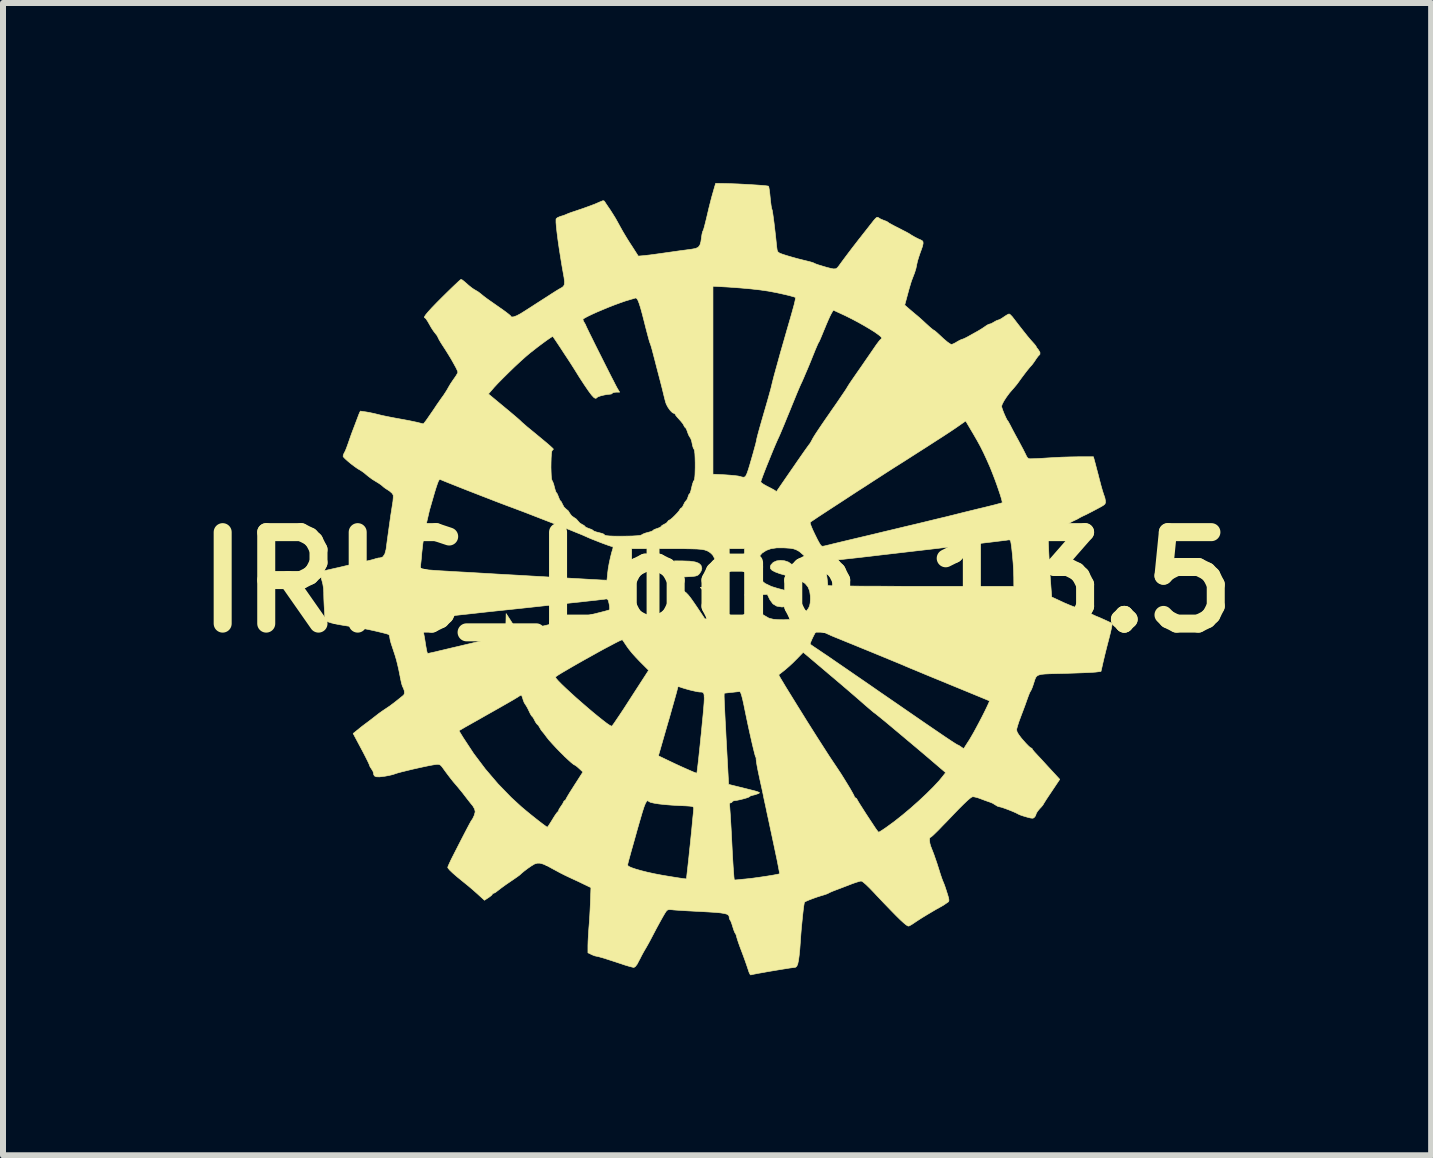
<source format=kicad_pcb>
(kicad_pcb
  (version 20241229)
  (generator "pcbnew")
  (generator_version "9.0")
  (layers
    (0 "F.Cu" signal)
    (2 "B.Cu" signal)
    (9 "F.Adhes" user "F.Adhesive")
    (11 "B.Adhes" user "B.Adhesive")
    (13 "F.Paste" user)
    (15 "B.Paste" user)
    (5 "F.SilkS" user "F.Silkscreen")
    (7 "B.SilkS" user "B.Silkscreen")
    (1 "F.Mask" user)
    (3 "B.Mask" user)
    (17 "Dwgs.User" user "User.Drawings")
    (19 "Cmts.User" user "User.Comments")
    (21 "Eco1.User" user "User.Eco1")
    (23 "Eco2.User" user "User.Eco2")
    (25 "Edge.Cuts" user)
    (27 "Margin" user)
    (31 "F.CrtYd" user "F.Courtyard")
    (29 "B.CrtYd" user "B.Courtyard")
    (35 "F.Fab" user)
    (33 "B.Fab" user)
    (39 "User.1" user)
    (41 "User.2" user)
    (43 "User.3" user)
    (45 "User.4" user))
  (footprint "IRIS_Logo_13.5"
    (layer "F.Cu")
    (at 8.897 6.651)
    (property "Reference" "IRIS_Logo_13.5" (at 0 0 0) (layer "F.SilkS") (effects (font (size 1.524 1.524) (thickness 0.3))))
    (attr through_hole)
    (fp_poly (pts (xy -0.572 -0.355) (xy -0.453 -0.351) (xy -0.365 -0.338) (xy -0.304 -0.316) (xy -0.268 -0.283) (xy -0.254 -0.238) (xy -0.254 -0.226) (xy -0.265 -0.187) (xy -0.291 -0.145) (xy -0.292 -0.144) (xy -0.311 -0.124) (xy -0.333 -0.111) (xy -0.364 -0.102) (xy -0.412 -0.096) (xy -0.484 -0.092) (xy -0.521 -0.09) (xy -0.711 -0.08) (xy -0.711 -0.356) (xy -0.572 -0.355)) (stroke (width 0.01) (type solid)) (fill yes) (layer "F.SilkS"))
    (fp_poly (pts (xy 0.145 -6.643) (xy 0.246 -6.64) (xy 0.354 -6.636) (xy 0.464 -6.63) (xy 0.57 -6.624) (xy 0.667 -6.618) (xy 0.75 -6.612) (xy 0.813 -6.606) (xy 0.85 -6.601) (xy 0.858 -6.598) (xy 0.864 -6.578) (xy 0.872 -6.531) (xy 0.88 -6.465) (xy 0.886 -6.405) (xy 0.894 -6.33) (xy 0.902 -6.269) (xy 0.91 -6.228) (xy 0.914 -6.215) (xy 0.92 -6.196) (xy 0.928 -6.148) (xy 0.938 -6.077) (xy 0.95 -5.987) (xy 0.962 -5.884) (xy 0.975 -5.772) (xy 0.987 -5.657) (xy 0.995 -5.582) (xy 1.002 -5.531) (xy 1.016 -5.502) (xy 1.044 -5.483) (xy 1.056 -5.478) (xy 1.103 -5.461) (xy 1.173 -5.439) (xy 1.259 -5.414) (xy 1.35 -5.389) (xy 1.437 -5.367) (xy 1.507 -5.35) (xy 1.562 -5.336) (xy 1.603 -5.323) (xy 1.618 -5.316) (xy 1.643 -5.304) (xy 1.692 -5.287) (xy 1.755 -5.268) (xy 1.822 -5.248) (xy 1.884 -5.232) (xy 1.932 -5.222) (xy 1.939 -5.221) (xy 1.975 -5.222) (xy 2.004 -5.239) (xy 2.032 -5.274) (xy 2.071 -5.328) (xy 2.125 -5.401) (xy 2.188 -5.485) (xy 2.254 -5.572) (xy 2.317 -5.653) (xy 2.37 -5.722) (xy 2.388 -5.744) (xy 2.434 -5.803) (xy 2.491 -5.875) (xy 2.548 -5.948) (xy 2.564 -5.968) (xy 2.61 -6.027) (xy 2.642 -6.063) (xy 2.664 -6.08) (xy 2.68 -6.08) (xy 2.691 -6.073) (xy 2.725 -6.052) (xy 2.773 -6.032) (xy 2.78 -6.029) (xy 2.822 -6.014) (xy 2.846 -6) (xy 2.848 -5.998) (xy 2.864 -5.986) (xy 2.905 -5.963) (xy 2.963 -5.932) (xy 3.023 -5.902) (xy 3.092 -5.866) (xy 3.151 -5.836) (xy 3.193 -5.813) (xy 3.209 -5.803) (xy 3.243 -5.781) (xy 3.295 -5.751) (xy 3.35 -5.723) (xy 3.391 -5.705) (xy 3.418 -5.691) (xy 3.432 -5.672) (xy 3.433 -5.641) (xy 3.422 -5.593) (xy 3.397 -5.522) (xy 3.387 -5.496) (xy 3.362 -5.422) (xy 3.34 -5.35) (xy 3.327 -5.292) (xy 3.326 -5.284) (xy 3.313 -5.224) (xy 3.291 -5.153) (xy 3.274 -5.11) (xy 3.256 -5.063) (xy 3.238 -5.015) (xy 3.221 -4.959) (xy 3.2 -4.888) (xy 3.175 -4.796) (xy 3.154 -4.718) (xy 3.127 -4.618) (xy 3.197 -4.557) (xy 3.252 -4.51) (xy 3.309 -4.462) (xy 3.33 -4.445) (xy 3.373 -4.408) (xy 3.429 -4.358) (xy 3.487 -4.304) (xy 3.495 -4.297) (xy 3.544 -4.252) (xy 3.584 -4.219) (xy 3.608 -4.201) (xy 3.611 -4.2) (xy 3.629 -4.189) (xy 3.663 -4.16) (xy 3.698 -4.128) (xy 3.775 -4.056) (xy 3.838 -4.003) (xy 3.884 -3.971) (xy 3.907 -3.962) (xy 3.934 -3.971) (xy 3.976 -3.992) (xy 3.996 -4.005) (xy 4.041 -4.03) (xy 4.076 -4.046) (xy 4.085 -4.048) (xy 4.11 -4.057) (xy 4.154 -4.078) (xy 4.191 -4.098) (xy 4.253 -4.133) (xy 4.316 -4.168) (xy 4.343 -4.183) (xy 4.4 -4.217) (xy 4.455 -4.253) (xy 4.465 -4.261) (xy 4.505 -4.287) (xy 4.536 -4.301) (xy 4.541 -4.301) (xy 4.57 -4.31) (xy 4.609 -4.332) (xy 4.614 -4.335) (xy 4.654 -4.358) (xy 4.684 -4.369) (xy 4.686 -4.369) (xy 4.712 -4.378) (xy 4.752 -4.402) (xy 4.778 -4.42) (xy 4.822 -4.449) (xy 4.856 -4.467) (xy 4.867 -4.47) (xy 4.887 -4.457) (xy 4.918 -4.425) (xy 4.933 -4.406) (xy 5.019 -4.294) (xy 5.099 -4.192) (xy 5.169 -4.104) (xy 5.225 -4.037) (xy 5.254 -4.005) (xy 5.289 -3.966) (xy 5.312 -3.937) (xy 5.317 -3.927) (xy 5.327 -3.908) (xy 5.351 -3.878) (xy 5.38 -3.832) (xy 5.38 -3.798) (xy 5.367 -3.784) (xy 5.348 -3.764) (xy 5.32 -3.726) (xy 5.307 -3.706) (xy 5.275 -3.659) (xy 5.245 -3.619) (xy 5.236 -3.61) (xy 5.206 -3.576) (xy 5.162 -3.522) (xy 5.114 -3.459) (xy 5.066 -3.395) (xy 5.029 -3.343) (xy 4.992 -3.293) (xy 4.945 -3.237) (xy 4.922 -3.211) (xy 4.871 -3.152) (xy 4.823 -3.087) (xy 4.782 -3.024) (xy 4.753 -2.97) (xy 4.741 -2.933) (xy 4.741 -2.931) (xy 4.748 -2.902) (xy 4.765 -2.854) (xy 4.787 -2.799) (xy 4.811 -2.746) (xy 4.831 -2.706) (xy 4.841 -2.692) (xy 4.855 -2.673) (xy 4.875 -2.635) (xy 4.881 -2.625) (xy 4.9 -2.588) (xy 4.931 -2.528) (xy 4.97 -2.455) (xy 5.014 -2.375) (xy 5.021 -2.362) (xy 5.063 -2.283) (xy 5.101 -2.212) (xy 5.13 -2.154) (xy 5.148 -2.118) (xy 5.149 -2.114) (xy 5.17 -2.077) (xy 5.192 -2.059) (xy 5.216 -2.057) (xy 5.268 -2.058) (xy 5.342 -2.061) (xy 5.43 -2.066) (xy 5.491 -2.07) (xy 5.612 -2.077) (xy 5.747 -2.084) (xy 5.881 -2.088) (xy 6 -2.09) (xy 6.019 -2.091) (xy 6.271 -2.091) (xy 6.294 -2.007) (xy 6.307 -1.958) (xy 6.326 -1.885) (xy 6.349 -1.799) (xy 6.372 -1.708) (xy 6.375 -1.698) (xy 6.397 -1.613) (xy 6.418 -1.539) (xy 6.436 -1.481) (xy 6.447 -1.448) (xy 6.449 -1.444) (xy 6.462 -1.406) (xy 6.471 -1.358) (xy 6.472 -1.325) (xy 6.461 -1.301) (xy 6.432 -1.278) (xy 6.392 -1.255) (xy 6.312 -1.212) (xy 6.228 -1.168) (xy 6.152 -1.129) (xy 6.096 -1.103) (xy 6.054 -1.082) (xy 6.028 -1.067) (xy 5.993 -1.047) (xy 5.961 -1.033) (xy 5.92 -1.013) (xy 5.868 -0.984) (xy 5.85 -0.974) (xy 5.803 -0.946) (xy 5.738 -0.909) (xy 5.667 -0.87) (xy 5.649 -0.861) (xy 5.515 -0.789) (xy 5.526 -0.526) (xy 5.532 -0.406) (xy 5.54 -0.27) (xy 5.548 -0.134) (xy 5.556 -0.015) (xy 5.557 -0.008) (xy 5.576 0.246) (xy 5.654 0.282) (xy 5.787 0.344) (xy 5.896 0.39) (xy 5.988 0.425) (xy 6.01 0.432) (xy 6.074 0.455) (xy 6.15 0.488) (xy 6.217 0.519) (xy 6.273 0.546) (xy 6.316 0.566) (xy 6.339 0.575) (xy 6.34 0.576) (xy 6.357 0.582) (xy 6.396 0.599) (xy 6.447 0.622) (xy 6.5 0.646) (xy 6.547 0.668) (xy 6.578 0.683) (xy 6.584 0.686) (xy 6.583 0.704) (xy 6.575 0.747) (xy 6.562 0.808) (xy 6.545 0.88) (xy 6.526 0.955) (xy 6.512 1.008) (xy 6.49 1.093) (xy 6.462 1.206) (xy 6.43 1.341) (xy 6.415 1.408) (xy 6.397 1.486) (xy 6.31 1.497) (xy 6.269 1.5) (xy 6.2 1.504) (xy 6.109 1.508) (xy 6.001 1.512) (xy 5.882 1.516) (xy 5.786 1.519) (xy 5.649 1.522) (xy 5.542 1.525) (xy 5.461 1.529) (xy 5.402 1.535) (xy 5.36 1.546) (xy 5.331 1.562) (xy 5.312 1.584) (xy 5.298 1.615) (xy 5.285 1.655) (xy 5.273 1.693) (xy 5.254 1.749) (xy 5.236 1.793) (xy 5.226 1.81) (xy 5.211 1.836) (xy 5.191 1.885) (xy 5.168 1.948) (xy 5.163 1.962) (xy 5.136 2.039) (xy 5.102 2.13) (xy 5.067 2.222) (xy 5.056 2.252) (xy 5.029 2.325) (xy 5.008 2.391) (xy 4.994 2.441) (xy 4.992 2.459) (xy 4.999 2.493) (xy 5.025 2.538) (xy 5.073 2.601) (xy 5.099 2.631) (xy 5.147 2.685) (xy 5.189 2.728) (xy 5.218 2.754) (xy 5.228 2.759) (xy 5.248 2.769) (xy 5.249 2.774) (xy 5.26 2.793) (xy 5.288 2.827) (xy 5.313 2.854) (xy 5.348 2.892) (xy 5.4 2.947) (xy 5.461 3.014) (xy 5.527 3.086) (xy 5.543 3.103) (xy 5.71 3.284) (xy 5.573 3.489) (xy 5.524 3.562) (xy 5.483 3.624) (xy 5.453 3.672) (xy 5.437 3.698) (xy 5.436 3.702) (xy 5.425 3.718) (xy 5.398 3.75) (xy 5.376 3.773) (xy 5.342 3.814) (xy 5.321 3.847) (xy 5.317 3.859) (xy 5.306 3.891) (xy 5.291 3.912) (xy 5.275 3.927) (xy 5.255 3.932) (xy 5.222 3.928) (xy 5.167 3.914) (xy 5.16 3.912) (xy 5.099 3.894) (xy 5.047 3.876) (xy 5.021 3.864) (xy 4.981 3.843) (xy 4.924 3.818) (xy 4.859 3.792) (xy 4.795 3.768) (xy 4.742 3.75) (xy 4.71 3.742) (xy 4.707 3.742) (xy 4.673 3.732) (xy 4.638 3.711) (xy 4.593 3.683) (xy 4.555 3.667) (xy 4.517 3.654) (xy 4.461 3.634) (xy 4.408 3.614) (xy 4.348 3.592) (xy 4.294 3.578) (xy 4.263 3.573) (xy 4.243 3.58) (xy 4.212 3.602) (xy 4.167 3.641) (xy 4.106 3.699) (xy 4.027 3.778) (xy 3.944 3.864) (xy 3.84 3.973) (xy 3.755 4.06) (xy 3.69 4.128) (xy 3.64 4.177) (xy 3.604 4.212) (xy 3.579 4.234) (xy 3.563 4.246) (xy 3.553 4.25) (xy 3.552 4.25) (xy 3.542 4.265) (xy 3.54 4.301) (xy 3.546 4.349) (xy 3.559 4.397) (xy 3.563 4.406) (xy 3.612 4.532) (xy 3.664 4.682) (xy 3.699 4.792) (xy 3.721 4.863) (xy 3.742 4.925) (xy 3.758 4.969) (xy 3.762 4.978) (xy 3.779 5.019) (xy 3.795 5.061) (xy 3.813 5.115) (xy 3.837 5.19) (xy 3.84 5.199) (xy 3.858 5.26) (xy 3.864 5.297) (xy 3.86 5.318) (xy 3.853 5.326) (xy 3.773 5.381) (xy 3.708 5.418) (xy 3.652 5.449) (xy 3.577 5.493) (xy 3.493 5.543) (xy 3.411 5.593) (xy 3.341 5.638) (xy 3.302 5.664) (xy 3.253 5.697) (xy 3.212 5.721) (xy 3.195 5.729) (xy 3.178 5.726) (xy 3.15 5.709) (xy 3.109 5.675) (xy 3.053 5.624) (xy 2.981 5.553) (xy 2.892 5.462) (xy 2.783 5.349) (xy 2.654 5.213) (xy 2.619 5.175) (xy 2.543 5.096) (xy 2.48 5.035) (xy 2.433 4.995) (xy 2.405 4.979) (xy 2.402 4.978) (xy 2.372 4.984) (xy 2.319 5) (xy 2.255 5.022) (xy 2.23 5.032) (xy 2.149 5.063) (xy 2.063 5.096) (xy 1.989 5.124) (xy 1.981 5.127) (xy 1.924 5.149) (xy 1.878 5.169) (xy 1.854 5.182) (xy 1.854 5.182) (xy 1.83 5.193) (xy 1.783 5.209) (xy 1.736 5.223) (xy 1.678 5.241) (xy 1.61 5.265) (xy 1.543 5.29) (xy 1.489 5.313) (xy 1.459 5.328) (xy 1.453 5.347) (xy 1.445 5.394) (xy 1.436 5.465) (xy 1.426 5.554) (xy 1.416 5.655) (xy 1.405 5.764) (xy 1.396 5.876) (xy 1.389 5.977) (xy 1.379 6.115) (xy 1.368 6.223) (xy 1.357 6.303) (xy 1.345 6.359) (xy 1.33 6.395) (xy 1.312 6.413) (xy 1.294 6.418) (xy 1.266 6.421) (xy 1.211 6.428) (xy 1.137 6.44) (xy 1.049 6.454) (xy 0.954 6.47) (xy 0.857 6.486) (xy 0.764 6.503) (xy 0.683 6.517) (xy 0.617 6.53) (xy 0.575 6.539) (xy 0.562 6.543) (xy 0.55 6.533) (xy 0.533 6.498) (xy 0.516 6.447) (xy 0.496 6.387) (xy 0.468 6.307) (xy 0.436 6.219) (xy 0.412 6.155) (xy 0.382 6.076) (xy 0.356 6.003) (xy 0.337 5.945) (xy 0.328 5.914) (xy 0.317 5.873) (xy 0.304 5.85) (xy 0.304 5.85) (xy 0.292 5.83) (xy 0.276 5.787) (xy 0.261 5.739) (xy 0.244 5.685) (xy 0.228 5.644) (xy 0.218 5.629) (xy 0.206 5.606) (xy 0.203 5.587) (xy 0.2 5.564) (xy 0.187 5.545) (xy 0.162 5.53) (xy 0.12 5.519) (xy 0.058 5.509) (xy -0.027 5.501) (xy -0.139 5.494) (xy -0.262 5.487) (xy -0.38 5.481) (xy -0.491 5.475) (xy -0.59 5.469) (xy -0.67 5.464) (xy -0.725 5.46) (xy -0.739 5.458) (xy -0.791 5.454) (xy -0.822 5.459) (xy -0.844 5.478) (xy -0.868 5.514) (xy -0.902 5.572) (xy -0.95 5.658) (xy -1.012 5.772) (xy -1.085 5.911) (xy -1.109 5.957) (xy -1.143 6.02) (xy -1.177 6.08) (xy -1.197 6.114) (xy -1.223 6.159) (xy -1.257 6.221) (xy -1.291 6.289) (xy -1.295 6.295) (xy -1.331 6.364) (xy -1.361 6.403) (xy -1.385 6.418) (xy -1.387 6.418) (xy -1.416 6.412) (xy -1.469 6.398) (xy -1.536 6.378) (xy -1.586 6.361) (xy -1.717 6.318) (xy -1.828 6.282) (xy -1.915 6.255) (xy -1.976 6.238) (xy -2.009 6.231) (xy -2.01 6.231) (xy -2.038 6.225) (xy -2.081 6.208) (xy -2.091 6.203) (xy -2.151 6.174) (xy -2.151 6.053) (xy -2.149 5.982) (xy -2.144 5.891) (xy -2.138 5.797) (xy -2.135 5.756) (xy -2.128 5.67) (xy -2.121 5.562) (xy -2.115 5.448) (xy -2.11 5.34) (xy -2.11 5.334) (xy -2.101 5.088) (xy -2.232 5.025) (xy -2.31 4.987) (xy -2.395 4.948) (xy -2.468 4.914) (xy -2.472 4.912) (xy -2.537 4.881) (xy -2.618 4.84) (xy -2.701 4.795) (xy -2.735 4.777) (xy -2.826 4.727) (xy -2.851 4.716) (xy -1.49 4.716) (xy -1.474 4.733) (xy -1.429 4.754) (xy -1.359 4.778) (xy -1.269 4.804) (xy -1.162 4.831) (xy -1.043 4.857) (xy -0.917 4.881) (xy -0.804 4.9) (xy -0.698 4.917) (xy -0.621 4.929) (xy -0.568 4.937) (xy -0.535 4.941) (xy -0.517 4.942) (xy -0.509 4.94) (xy -0.508 4.936) (xy -0.508 4.932) (xy -0.506 4.91) (xy -0.501 4.864) (xy -0.494 4.8) (xy -0.49 4.767) (xy -0.481 4.686) (xy -0.47 4.587) (xy -0.459 4.476) (xy -0.446 4.358) (xy -0.434 4.238) (xy -0.422 4.121) (xy -0.412 4.013) (xy -0.403 3.918) (xy -0.395 3.841) (xy -0.391 3.789) (xy -0.389 3.766) (xy -0.391 3.752) (xy -0.4 3.742) (xy -0.42 3.735) (xy -0.457 3.73) (xy -0.517 3.726) (xy -0.604 3.722) (xy -0.631 3.721) (xy -0.754 3.714) (xy -0.868 3.705) (xy -0.968 3.694) (xy -1.049 3.681) (xy -1.106 3.668) (xy -1.136 3.654) (xy -1.137 3.652) (xy -1.153 3.639) (xy -1.171 3.648) (xy -1.192 3.682) (xy -1.216 3.742) (xy -1.245 3.832) (xy -1.274 3.931) (xy -1.326 4.111) (xy -1.368 4.262) (xy -1.403 4.386) (xy -1.431 4.485) (xy -1.452 4.562) (xy -1.468 4.62) (xy -1.479 4.662) (xy -1.486 4.69) (xy -1.489 4.708) (xy -1.49 4.716) (xy -2.851 4.716) (xy -2.896 4.696) (xy -2.951 4.681) (xy -2.996 4.681) (xy -3.039 4.694) (xy -3.05 4.7) (xy -3.096 4.728) (xy -3.154 4.768) (xy -3.212 4.812) (xy -3.259 4.851) (xy -3.277 4.868) (xy -3.297 4.885) (xy -3.339 4.915) (xy -3.395 4.954) (xy -3.429 4.977) (xy -3.521 5.04) (xy -3.594 5.093) (xy -3.659 5.143) (xy -3.687 5.165) (xy -3.715 5.18) (xy -3.725 5.182) (xy -3.742 5.192) (xy -3.742 5.196) (xy -3.755 5.214) (xy -3.788 5.241) (xy -3.809 5.255) (xy -3.875 5.299) (xy -3.991 5.193) (xy -4.061 5.131) (xy -4.143 5.061) (xy -4.221 4.998) (xy -4.233 4.988) (xy -4.33 4.909) (xy -4.405 4.844) (xy -4.457 4.794) (xy -4.484 4.76) (xy -4.487 4.75) (xy -4.48 4.729) (xy -4.46 4.684) (xy -4.432 4.624) (xy -4.41 4.58) (xy -4.332 4.427) (xy -4.263 4.292) (xy -4.205 4.18) (xy -4.158 4.09) (xy -4.124 4.026) (xy -4.103 3.988) (xy -4.098 3.979) (xy -4.072 3.941) (xy -4.047 3.888) (xy -4.032 3.836) (xy -4.03 3.818) (xy -4.041 3.775) (xy -4.069 3.727) (xy -4.077 3.717) (xy -4.113 3.673) (xy -4.157 3.617) (xy -4.191 3.573) (xy -4.24 3.509) (xy -4.295 3.442) (xy -4.326 3.404) (xy -4.398 3.32) (xy -4.457 3.245) (xy -4.515 3.168) (xy -4.547 3.124) (xy -4.583 3.074) (xy -4.61 3.046) (xy -4.634 3.035) (xy -4.666 3.034) (xy -4.682 3.036) (xy -4.729 3.043) (xy -4.8 3.056) (xy -4.886 3.074) (xy -4.982 3.095) (xy -5.08 3.117) (xy -5.174 3.14) (xy -5.256 3.16) (xy -5.319 3.177) (xy -5.357 3.189) (xy -5.359 3.19) (xy -5.401 3.204) (xy -5.463 3.219) (xy -5.534 3.232) (xy -5.542 3.233) (xy -5.624 3.243) (xy -5.679 3.241) (xy -5.71 3.226) (xy -5.723 3.197) (xy -5.723 3.184) (xy -5.733 3.15) (xy -5.757 3.111) (xy -5.781 3.075) (xy -5.791 3.049) (xy -5.791 3.049) (xy -5.799 3.028) (xy -5.82 2.983) (xy -5.852 2.919) (xy -5.892 2.841) (xy -5.927 2.775) (xy -6.063 2.52) (xy -6.025 2.49) (xy -6.005 2.474) (xy -4.3 2.474) (xy -4.231 2.587) (xy -4.056 2.853) (xy -3.86 3.113) (xy -3.65 3.359) (xy -3.43 3.586) (xy -3.26 3.742) (xy -3.191 3.8) (xy -3.117 3.861) (xy -3.042 3.921) (xy -2.971 3.977) (xy -2.91 4.024) (xy -2.862 4.059) (xy -2.833 4.079) (xy -2.827 4.081) (xy -2.815 4.067) (xy -2.791 4.031) (xy -2.758 3.979) (xy -2.743 3.954) (xy -2.708 3.897) (xy -2.678 3.853) (xy -2.659 3.829) (xy -2.655 3.827) (xy -2.642 3.814) (xy -2.642 3.807) (xy -2.632 3.782) (xy -2.608 3.744) (xy -2.599 3.732) (xy -2.573 3.693) (xy -2.558 3.664) (xy -2.557 3.659) (xy -2.545 3.641) (xy -2.54 3.641) (xy -2.524 3.629) (xy -2.523 3.625) (xy -2.514 3.606) (xy -2.49 3.564) (xy -2.454 3.504) (xy -2.408 3.432) (xy -2.379 3.386) (xy -2.235 3.162) (xy -2.296 3.105) (xy -2.333 3.072) (xy -2.361 3.051) (xy -2.368 3.048) (xy -2.39 3.036) (xy -2.43 3.004) (xy -2.484 2.955) (xy -2.547 2.896) (xy -2.55 2.892) (xy -0.977 2.892) (xy -0.781 2.986) (xy -0.695 3.027) (xy -0.606 3.068) (xy -0.521 3.106) (xy -0.446 3.139) (xy -0.386 3.165) (xy -0.347 3.179) (xy -0.338 3.182) (xy -0.334 3.166) (xy -0.328 3.12) (xy -0.319 3.047) (xy -0.308 2.952) (xy -0.296 2.837) (xy -0.282 2.706) (xy -0.268 2.564) (xy -0.263 2.521) (xy -0.247 2.351) (xy -0.233 2.211) (xy -0.223 2.098) (xy -0.216 2.01) (xy -0.213 1.944) (xy -0.214 1.902) (xy 0.118 1.902) (xy 0.119 1.931) (xy 0.121 1.989) (xy 0.125 2.073) (xy 0.13 2.179) (xy 0.136 2.304) (xy 0.144 2.443) (xy 0.151 2.593) (xy 0.155 2.662) (xy 0.193 3.368) (xy 0.465 3.435) (xy 0.564 3.46) (xy 0.635 3.478) (xy 0.679 3.492) (xy 0.702 3.502) (xy 0.707 3.509) (xy 0.697 3.517) (xy 0.686 3.522) (xy 0.633 3.54) (xy 0.588 3.551) (xy 0.555 3.561) (xy 0.542 3.572) (xy 0.527 3.581) (xy 0.488 3.595) (xy 0.435 3.61) (xy 0.378 3.624) (xy 0.325 3.635) (xy 0.286 3.64) (xy 0.281 3.641) (xy 0.258 3.649) (xy 0.254 3.658) (xy 0.24 3.672) (xy 0.227 3.675) (xy 0.209 3.683) (xy 0.208 3.715) (xy 0.209 3.721) (xy 0.212 3.749) (xy 0.216 3.806) (xy 0.222 3.888) (xy 0.228 3.992) (xy 0.235 4.112) (xy 0.242 4.246) (xy 0.248 4.365) (xy 0.255 4.503) (xy 0.262 4.63) (xy 0.269 4.742) (xy 0.276 4.835) (xy 0.281 4.905) (xy 0.286 4.948) (xy 0.289 4.961) (xy 0.31 4.96) (xy 0.357 4.956) (xy 0.422 4.949) (xy 0.477 4.944) (xy 0.587 4.932) (xy 0.709 4.915) (xy 0.831 4.897) (xy 0.94 4.879) (xy 1.001 4.867) (xy 1.044 4.858) (xy 1.021 4.736) (xy 1.012 4.689) (xy 0.997 4.613) (xy 0.976 4.515) (xy 0.952 4.4) (xy 0.925 4.274) (xy 0.897 4.142) (xy 0.889 4.106) (xy 0.862 3.978) (xy 0.836 3.859) (xy 0.814 3.753) (xy 0.795 3.666) (xy 0.781 3.601) (xy 0.773 3.562) (xy 0.772 3.556) (xy 0.766 3.526) (xy 0.754 3.469) (xy 0.737 3.392) (xy 0.717 3.302) (xy 0.703 3.236) (xy 0.683 3.142) (xy 0.667 3.059) (xy 0.656 2.992) (xy 0.651 2.948) (xy 0.651 2.934) (xy 0.652 2.918) (xy 0.647 2.919) (xy 0.64 2.905) (xy 0.628 2.862) (xy 0.611 2.794) (xy 0.589 2.704) (xy 0.565 2.598) (xy 0.538 2.478) (xy 0.51 2.349) (xy 0.482 2.215) (xy 0.454 2.08) (xy 0.448 2.049) (xy 0.427 1.953) (xy 0.408 1.881) (xy 0.392 1.836) (xy 0.38 1.821) (xy 0.356 1.823) (xy 0.309 1.828) (xy 0.247 1.835) (xy 0.241 1.835) (xy 0.119 1.849) (xy 0.118 1.902) (xy -0.214 1.902) (xy -0.214 1.896) (xy -0.218 1.864) (xy -0.227 1.844) (xy -0.239 1.834) (xy -0.256 1.83) (xy -0.276 1.829) (xy -0.288 1.829) (xy -0.327 1.824) (xy -0.387 1.811) (xy -0.459 1.794) (xy -0.53 1.774) (xy -0.589 1.756) (xy -0.61 1.748) (xy -0.642 1.739) (xy -0.654 1.749) (xy -0.656 1.759) (xy -0.661 1.781) (xy -0.674 1.832) (xy -0.695 1.907) (xy -0.722 2.003) (xy -0.754 2.116) (xy -0.789 2.241) (xy -0.818 2.339) (xy -0.977 2.892) (xy -2.55 2.892) (xy -2.614 2.829) (xy -2.682 2.759) (xy -2.744 2.692) (xy -2.798 2.632) (xy -2.838 2.582) (xy -2.846 2.571) (xy -2.877 2.529) (xy -2.904 2.496) (xy -2.908 2.492) (xy -2.932 2.461) (xy -2.956 2.42) (xy -2.976 2.386) (xy -2.993 2.371) (xy -2.993 2.37) (xy -3.007 2.356) (xy -3.029 2.322) (xy -3.038 2.303) (xy -3.06 2.262) (xy -3.077 2.238) (xy -3.082 2.235) (xy -3.094 2.221) (xy -3.115 2.184) (xy -3.133 2.146) (xy -3.159 2.093) (xy -3.183 2.052) (xy -3.195 2.035) (xy -3.213 2.006) (xy -3.231 1.959) (xy -3.234 1.947) (xy -3.248 1.905) (xy -3.259 1.881) (xy -3.262 1.88) (xy -3.281 1.888) (xy -3.314 1.909) (xy -3.316 1.911) (xy -3.343 1.927) (xy -3.394 1.958) (xy -3.467 2) (xy -3.556 2.051) (xy -3.656 2.108) (xy -3.764 2.169) (xy -3.874 2.231) (xy -3.977 2.29) (xy -4.07 2.342) (xy -4.146 2.385) (xy -4.203 2.417) (xy -4.233 2.435) (xy -4.3 2.474) (xy -6.005 2.474) (xy -5.98 2.454) (xy -5.948 2.427) (xy -5.91 2.397) (xy -5.861 2.36) (xy -5.846 2.349) (xy -5.798 2.313) (xy -5.738 2.267) (xy -5.692 2.231) (xy -5.63 2.183) (xy -5.563 2.136) (xy -5.521 2.108) (xy -5.454 2.063) (xy -5.37 2) (xy -5.276 1.925) (xy -5.22 1.879) (xy -5.208 1.85) (xy -5.211 1.807) (xy -5.226 1.764) (xy -5.232 1.753) (xy -5.243 1.73) (xy -5.256 1.687) (xy -5.271 1.619) (xy -5.278 1.581) (xy -2.693 1.581) (xy -2.68 1.604) (xy -2.645 1.644) (xy -2.591 1.699) (xy -2.521 1.766) (xy -2.44 1.841) (xy -2.35 1.923) (xy -2.255 2.006) (xy -2.159 2.089) (xy -2.066 2.168) (xy -1.978 2.24) (xy -1.9 2.302) (xy -1.835 2.352) (xy -1.786 2.385) (xy -1.757 2.398) (xy -1.754 2.398) (xy -1.741 2.384) (xy -1.712 2.344) (xy -1.67 2.282) (xy -1.616 2.202) (xy -1.553 2.107) (xy -1.484 2) (xy -1.439 1.93) (xy -1.188 1.542) (xy 1.028 1.542) (xy 1.034 1.557) (xy 1.057 1.598) (xy 1.095 1.661) (xy 1.144 1.743) (xy 1.204 1.84) (xy 1.272 1.95) (xy 1.346 2.07) (xy 1.424 2.195) (xy 1.504 2.324) (xy 1.585 2.452) (xy 1.664 2.577) (xy 1.739 2.694) (xy 1.809 2.803) (xy 1.87 2.898) (xy 1.922 2.976) (xy 1.962 3.036) (xy 1.965 3.04) (xy 2.013 3.112) (xy 2.066 3.192) (xy 2.119 3.277) (xy 2.17 3.36) (xy 2.216 3.436) (xy 2.253 3.501) (xy 2.279 3.549) (xy 2.29 3.575) (xy 2.29 3.577) (xy 2.299 3.589) (xy 2.303 3.59) (xy 2.324 3.603) (xy 2.333 3.619) (xy 2.348 3.646) (xy 2.379 3.697) (xy 2.425 3.769) (xy 2.483 3.86) (xy 2.552 3.965) (xy 2.628 4.08) (xy 2.631 4.085) (xy 2.661 4.128) (xy 2.685 4.158) (xy 2.694 4.165) (xy 2.711 4.156) (xy 2.75 4.132) (xy 2.802 4.097) (xy 2.829 4.078) (xy 2.955 3.986) (xy 3.09 3.879) (xy 3.227 3.764) (xy 3.362 3.644) (xy 3.489 3.525) (xy 3.603 3.412) (xy 3.699 3.309) (xy 3.755 3.241) (xy 3.809 3.172) (xy 3.603 2.996) (xy 3.506 2.913) (xy 3.401 2.824) (xy 3.292 2.732) (xy 3.182 2.64) (xy 3.074 2.549) (xy 2.971 2.463) (xy 2.877 2.384) (xy 2.793 2.314) (xy 2.723 2.257) (xy 2.671 2.215) (xy 2.64 2.19) (xy 2.632 2.184) (xy 2.617 2.174) (xy 2.581 2.144) (xy 2.529 2.1) (xy 2.465 2.045) (xy 2.425 2.01) (xy 2.359 1.952) (xy 2.272 1.877) (xy 2.171 1.79) (xy 2.061 1.696) (xy 1.948 1.6) (xy 1.836 1.506) (xy 1.831 1.501) (xy 1.436 1.167) (xy 1.323 1.283) (xy 1.262 1.344) (xy 1.197 1.404) (xy 1.14 1.453) (xy 1.126 1.465) (xy 1.08 1.501) (xy 1.044 1.529) (xy 1.028 1.542) (xy -1.188 1.542) (xy -1.14 1.467) (xy -1.285 1.322) (xy -1.351 1.253) (xy -1.415 1.182) (xy -1.468 1.116) (xy -1.498 1.075) (xy -1.532 1.024) (xy 1.552 1.024) (xy 1.553 1.033) (xy 1.572 1.047) (xy 1.612 1.075) (xy 1.669 1.113) (xy 1.727 1.152) (xy 1.771 1.182) (xy 1.84 1.228) (xy 1.93 1.29) (xy 2.039 1.365) (xy 2.163 1.45) (xy 2.299 1.544) (xy 2.445 1.644) (xy 2.597 1.749) (xy 2.709 1.827) (xy 2.939 1.985) (xy 3.142 2.125) (xy 3.319 2.247) (xy 3.473 2.353) (xy 3.605 2.443) (xy 3.715 2.518) (xy 3.806 2.58) (xy 3.878 2.628) (xy 3.933 2.664) (xy 3.972 2.689) (xy 3.997 2.704) (xy 4.008 2.71) (xy 4.009 2.71) (xy 4.03 2.719) (xy 4.063 2.742) (xy 4.064 2.742) (xy 4.094 2.763) (xy 4.111 2.769) (xy 4.112 2.769) (xy 4.123 2.753) (xy 4.147 2.715) (xy 4.181 2.662) (xy 4.202 2.63) (xy 4.234 2.576) (xy 4.275 2.505) (xy 4.319 2.424) (xy 4.366 2.336) (xy 4.412 2.248) (xy 4.454 2.165) (xy 4.49 2.091) (xy 4.518 2.031) (xy 4.535 1.992) (xy 4.538 1.977) (xy 4.521 1.969) (xy 4.476 1.95) (xy 4.406 1.921) (xy 4.316 1.884) (xy 4.207 1.839) (xy 4.083 1.788) (xy 3.949 1.733) (xy 3.895 1.711) (xy 3.753 1.652) (xy 3.618 1.597) (xy 3.494 1.546) (xy 3.384 1.5) (xy 3.293 1.462) (xy 3.224 1.434) (xy 3.182 1.416) (xy 3.175 1.413) (xy 3.139 1.398) (xy 3.077 1.371) (xy 2.992 1.336) (xy 2.89 1.294) (xy 2.774 1.246) (xy 2.65 1.195) (xy 2.521 1.142) (xy 2.393 1.09) (xy 2.269 1.039) (xy 2.155 0.993) (xy 2.055 0.952) (xy 2.021 0.938) (xy 1.954 0.911) (xy 1.897 0.887) (xy 1.859 0.869) (xy 1.851 0.866) (xy 1.821 0.852) (xy 1.776 0.833) (xy 1.728 0.815) (xy 1.688 0.801) (xy 1.669 0.796) (xy 1.656 0.81) (xy 1.634 0.845) (xy 1.608 0.894) (xy 1.583 0.946) (xy 1.563 0.992) (xy 1.552 1.024) (xy -1.532 1.024) (xy -1.533 1.023) (xy -1.561 0.981) (xy -1.577 0.959) (xy -1.577 0.959) (xy -1.594 0.963) (xy -1.637 0.982) (xy -1.7 1.014) (xy -1.781 1.057) (xy -1.876 1.107) (xy -1.98 1.164) (xy -2.089 1.225) (xy -2.201 1.287) (xy -2.309 1.348) (xy -2.412 1.407) (xy -2.504 1.461) (xy -2.583 1.507) (xy -2.643 1.544) (xy -2.681 1.57) (xy -2.693 1.581) (xy -5.278 1.581) (xy -5.283 1.558) (xy -5.303 1.458) (xy -5.322 1.375) (xy -5.341 1.298) (xy -5.365 1.217) (xy -5.396 1.123) (xy -5.429 1.024) (xy -5.444 0.972) (xy -5.452 0.927) (xy -5.453 0.919) (xy -5.46 0.885) (xy -5.471 0.871) (xy -5.496 0.862) (xy -5.547 0.848) (xy -5.616 0.831) (xy -5.696 0.812) (xy -5.778 0.794) (xy -5.856 0.778) (xy -5.921 0.766) (xy -5.944 0.762) (xy -6.094 0.739) (xy -6.215 0.72) (xy -6.309 0.704) (xy -6.38 0.689) (xy -6.413 0.681) (xy -4.928 0.681) (xy -4.922 0.729) (xy -4.911 0.761) (xy -4.902 0.79) (xy -4.889 0.844) (xy -4.876 0.914) (xy -4.867 0.967) (xy -4.853 1.057) (xy -4.842 1.118) (xy -4.834 1.156) (xy -4.828 1.177) (xy -4.821 1.184) (xy -4.817 1.185) (xy -4.796 1.182) (xy -4.754 1.173) (xy -4.736 1.169) (xy -4.691 1.159) (xy -4.622 1.142) (xy -4.532 1.121) (xy -4.428 1.096) (xy -4.312 1.069) (xy -4.19 1.04) (xy -4.067 1.011) (xy -3.947 0.982) (xy -3.835 0.955) (xy -3.735 0.931) (xy -3.653 0.911) (xy -3.592 0.897) (xy -3.558 0.888) (xy -3.552 0.887) (xy -3.539 0.878) (xy -3.53 0.858) (xy -3.524 0.82) (xy -3.52 0.759) (xy -3.518 0.7) (xy -3.514 0.522) (xy -3.415 0.676) (xy -3.369 0.745) (xy -3.336 0.789) (xy -3.312 0.814) (xy -3.293 0.822) (xy -3.279 0.821) (xy -3.253 0.815) (xy -3.199 0.802) (xy -3.122 0.783) (xy -3.028 0.761) (xy -2.921 0.735) (xy -2.862 0.721) (xy -2.725 0.688) (xy -2.572 0.652) (xy -2.416 0.615) (xy -2.269 0.58) (xy -2.143 0.55) (xy -2.142 0.55) (xy -2.039 0.526) (xy -1.948 0.503) (xy -1.874 0.484) (xy -1.82 0.469) (xy -1.794 0.461) (xy -1.792 0.46) (xy -1.789 0.438) (xy -1.792 0.395) (xy -1.798 0.361) (xy -1.81 0.31) (xy -1.822 0.285) (xy -1.84 0.278) (xy -1.861 0.28) (xy -1.877 0.283) (xy -1.905 0.286) (xy -1.947 0.291) (xy -2.004 0.298) (xy -2.078 0.306) (xy -2.171 0.316) (xy -2.284 0.329) (xy -2.419 0.343) (xy -2.578 0.36) (xy -2.763 0.38) (xy -2.974 0.403) (xy -3.215 0.429) (xy -3.486 0.458) (xy -3.725 0.483) (xy -3.911 0.503) (xy -4.088 0.523) (xy -4.255 0.541) (xy -4.407 0.558) (xy -4.542 0.574) (xy -4.655 0.588) (xy -4.745 0.599) (xy -4.807 0.607) (xy -4.839 0.612) (xy -4.89 0.625) (xy -4.917 0.639) (xy -4.926 0.659) (xy -4.928 0.681) (xy -6.413 0.681) (xy -6.431 0.677) (xy -6.462 0.667) (xy -6.531 0.641) (xy -6.542 0.462) (xy -6.547 0.372) (xy -6.551 0.281) (xy -6.553 0.202) (xy -6.553 0.171) (xy -6.557 0.1) (xy -6.568 0.032) (xy -6.578 -0.008) (xy -6.594 -0.065) (xy -6.603 -0.119) (xy -6.603 -0.128) (xy -6.602 -0.153) (xy -6.594 -0.171) (xy -6.573 -0.183) (xy -6.531 -0.195) (xy -6.464 -0.21) (xy -6.38 -0.229) (xy -6.295 -0.248) (xy -4.942 -0.248) (xy -4.934 -0.226) (xy -4.91 -0.216) (xy -4.89 -0.213) (xy -4.856 -0.209) (xy -4.795 -0.204) (xy -4.712 -0.198) (xy -4.614 -0.191) (xy -4.508 -0.185) (xy -4.504 -0.185) (xy -4.428 -0.18) (xy -4.322 -0.174) (xy -4.19 -0.167) (xy -4.037 -0.158) (xy -3.866 -0.148) (xy -3.681 -0.137) (xy -3.486 -0.126) (xy -3.286 -0.115) (xy -3.084 -0.103) (xy -3.065 -0.102) (xy -2.873 -0.091) (xy -2.689 -0.08) (xy -2.517 -0.071) (xy -2.36 -0.062) (xy -2.221 -0.054) (xy -2.102 -0.047) (xy -2.007 -0.042) (xy -1.939 -0.038) (xy -1.901 -0.036) (xy -1.895 -0.036) (xy -1.834 -0.034) (xy -1.822 -0.155) (xy -1.813 -0.229) (xy -1.797 -0.318) (xy -1.777 -0.41) (xy -1.756 -0.494) (xy -1.737 -0.558) (xy -1.736 -0.559) (xy -1.422 -0.559) (xy -1.422 0.61) (xy -1.168 0.61) (xy -1.168 -0.559) (xy -0.965 -0.559) (xy -0.965 0.61) (xy -0.711 0.61) (xy -0.711 0.115) (xy -0.631 0.127) (xy -0.589 0.135) (xy -0.552 0.149) (xy -0.517 0.173) (xy -0.48 0.211) (xy -0.436 0.267) (xy -0.381 0.345) (xy -0.336 0.411) (xy -0.203 0.61) (xy 0.101 0.61) (xy -0.004 0.436) (xy -0.055 0.357) (xy -0.111 0.278) (xy -0.162 0.211) (xy -0.195 0.175) (xy -0.279 0.087) (xy -0.224 0.076) (xy -0.165 0.052) (xy -0.103 0.007) (xy -0.051 -0.05) (xy -0.023 -0.097) (xy -0.002 -0.183) (xy -0.004 -0.278) (xy -0.027 -0.369) (xy -0.068 -0.447) (xy -0.096 -0.478) (xy -0.128 -0.503) (xy -0.163 -0.523) (xy -0.206 -0.538) (xy -0.261 -0.548) (xy -0.335 -0.554) (xy -0.43 -0.557) (xy -0.553 -0.559) (xy -0.609 -0.559) (xy 0.203 -0.559) (xy 0.203 0.61) (xy 0.457 0.61) (xy 0.457 0.212) (xy 0.618 0.212) (xy 0.621 0.285) (xy 0.642 0.38) (xy 0.691 0.467) (xy 0.765 0.541) (xy 0.858 0.595) (xy 0.879 0.603) (xy 0.94 0.617) (xy 1.022 0.624) (xy 1.115 0.625) (xy 1.207 0.621) (xy 1.286 0.61) (xy 1.324 0.6) (xy 1.401 0.561) (xy 1.471 0.503) (xy 1.523 0.435) (xy 1.542 0.394) (xy 1.552 0.345) (xy 1.556 0.279) (xy 1.555 0.229) (xy 1.543 0.146) (xy 1.515 0.078) (xy 1.469 0.022) (xy 1.4 -0.025) (xy 1.306 -0.066) (xy 1.181 -0.105) (xy 1.155 -0.112) (xy 1.046 -0.143) (xy 0.968 -0.172) (xy 0.917 -0.199) (xy 0.891 -0.227) (xy 0.887 -0.258) (xy 0.898 -0.289) (xy 0.937 -0.331) (xy 0.993 -0.356) (xy 1.059 -0.364) (xy 1.127 -0.357) (xy 1.189 -0.336) (xy 1.238 -0.302) (xy 1.266 -0.256) (xy 1.27 -0.232) (xy 1.274 -0.216) (xy 1.289 -0.208) (xy 1.325 -0.205) (xy 1.386 -0.206) (xy 1.393 -0.207) (xy 1.516 -0.212) (xy 1.514 -0.281) (xy 1.502 -0.339) (xy 1.797 -0.339) (xy 1.801 -0.303) (xy 1.802 -0.297) (xy 1.808 -0.259) (xy 1.816 -0.2) (xy 1.825 -0.131) (xy 1.834 -0.06) (xy 1.841 0.001) (xy 1.845 0.044) (xy 1.846 0.055) (xy 1.862 0.057) (xy 1.91 0.059) (xy 1.987 0.06) (xy 2.091 0.062) (xy 2.22 0.063) (xy 2.37 0.065) (xy 2.54 0.066) (xy 2.727 0.066) (xy 2.929 0.067) (xy 3.144 0.068) (xy 3.369 0.068) (xy 3.395 0.068) (xy 4.945 0.068) (xy 4.944 -0.08) (xy 4.941 -0.186) (xy 4.934 -0.311) (xy 4.923 -0.443) (xy 4.91 -0.567) (xy 4.9 -0.64) (xy 4.892 -0.685) (xy 4.88 -0.704) (xy 4.857 -0.706) (xy 4.845 -0.704) (xy 4.82 -0.7) (xy 4.765 -0.693) (xy 4.682 -0.683) (xy 4.576 -0.67) (xy 4.45 -0.655) (xy 4.307 -0.638) (xy 4.149 -0.619) (xy 3.982 -0.6) (xy 3.92 -0.593) (xy 3.726 -0.57) (xy 3.521 -0.546) (xy 3.312 -0.522) (xy 3.106 -0.498) (xy 2.909 -0.475) (xy 2.727 -0.454) (xy 2.568 -0.435) (xy 2.464 -0.423) (xy 2.326 -0.407) (xy 2.197 -0.393) (xy 2.081 -0.38) (xy 1.983 -0.369) (xy 1.907 -0.361) (xy 1.857 -0.357) (xy 1.84 -0.356) (xy 1.808 -0.353) (xy 1.797 -0.339) (xy 1.502 -0.339) (xy 1.496 -0.367) (xy 1.448 -0.446) (xy 1.373 -0.511) (xy 1.358 -0.52) (xy 1.315 -0.543) (xy 1.273 -0.557) (xy 1.222 -0.566) (xy 1.15 -0.571) (xy 1.113 -0.573) (xy 0.994 -0.573) (xy 0.899 -0.559) (xy 0.821 -0.531) (xy 0.752 -0.486) (xy 0.746 -0.48) (xy 0.692 -0.415) (xy 0.658 -0.331) (xy 0.647 -0.24) (xy 0.65 -0.208) (xy 0.675 -0.117) (xy 0.725 -0.041) (xy 0.802 0.021) (xy 0.907 0.071) (xy 1.004 0.101) (xy 1.112 0.13) (xy 1.191 0.155) (xy 1.246 0.177) (xy 1.281 0.199) (xy 1.301 0.222) (xy 1.305 0.231) (xy 1.311 0.287) (xy 1.287 0.337) (xy 1.239 0.377) (xy 1.171 0.403) (xy 1.088 0.412) (xy 1.077 0.412) (xy 0.994 0.398) (xy 0.931 0.36) (xy 0.882 0.293) (xy 0.872 0.274) (xy 0.838 0.202) (xy 0.728 0.207) (xy 0.618 0.212) (xy 0.457 0.212) (xy 0.457 -0.559) (xy 0.203 -0.559) (xy -0.609 -0.559) (xy -0.965 -0.559) (xy -1.168 -0.559) (xy -1.422 -0.559) (xy -1.736 -0.559) (xy -1.734 -0.566) (xy -1.734 -0.588) (xy -1.743 -0.593) (xy -1.766 -0.599) (xy -1.814 -0.615) (xy -1.878 -0.638) (xy -1.952 -0.666) (xy -2.028 -0.696) (xy -2.099 -0.724) (xy -2.157 -0.749) (xy -2.196 -0.767) (xy -2.202 -0.769) (xy -2.228 -0.781) (xy -2.281 -0.803) (xy -2.358 -0.834) (xy -2.453 -0.873) (xy -2.563 -0.916) (xy -2.684 -0.964) (xy -2.811 -1.013) (xy -2.94 -1.063) (xy -3.066 -1.112) (xy -3.187 -1.159) (xy -3.296 -1.2) (xy -3.391 -1.236) (xy -3.429 -1.25) (xy -3.499 -1.276) (xy -3.589 -1.31) (xy -3.694 -1.35) (xy -3.809 -1.395) (xy -3.931 -1.442) (xy -4.054 -1.49) (xy -4.175 -1.537) (xy -4.289 -1.582) (xy -4.392 -1.623) (xy -4.48 -1.658) (xy -4.547 -1.685) (xy -4.59 -1.703) (xy -4.603 -1.709) (xy -4.616 -1.713) (xy -4.629 -1.706) (xy -4.642 -1.685) (xy -4.658 -1.644) (xy -4.68 -1.579) (xy -4.704 -1.502) (xy -4.791 -1.2) (xy -4.857 -0.915) (xy -4.901 -0.65) (xy -4.919 -0.491) (xy -4.925 -0.417) (xy -4.932 -0.345) (xy -4.938 -0.293) (xy -4.942 -0.248) (xy -6.295 -0.248) (xy -6.282 -0.251) (xy -6.186 -0.274) (xy -6.164 -0.279) (xy -6.073 -0.3) (xy -5.975 -0.323) (xy -5.888 -0.342) (xy -5.867 -0.347) (xy -5.798 -0.362) (xy -5.738 -0.377) (xy -5.698 -0.389) (xy -5.693 -0.391) (xy -5.644 -0.404) (xy -5.613 -0.406) (xy -5.569 -0.422) (xy -5.536 -0.469) (xy -5.515 -0.545) (xy -5.513 -0.559) (xy -5.494 -0.704) (xy -5.474 -0.848) (xy -5.455 -0.984) (xy -5.438 -1.106) (xy -5.422 -1.207) (xy -5.411 -1.279) (xy -5.4 -1.348) (xy -5.395 -1.408) (xy -5.395 -1.448) (xy -5.396 -1.454) (xy -5.416 -1.484) (xy -5.455 -1.518) (xy -5.479 -1.534) (xy -5.526 -1.564) (xy -5.562 -1.591) (xy -5.572 -1.601) (xy -5.597 -1.622) (xy -5.641 -1.652) (xy -5.684 -1.678) (xy -5.747 -1.717) (xy -5.807 -1.762) (xy -5.838 -1.787) (xy -5.884 -1.826) (xy -5.929 -1.857) (xy -5.943 -1.866) (xy -5.988 -1.892) (xy -6.043 -1.931) (xy -6.101 -1.975) (xy -6.155 -2.02) (xy -6.199 -2.06) (xy -6.226 -2.089) (xy -6.231 -2.1) (xy -6.222 -2.134) (xy -6.209 -2.159) (xy -6.192 -2.192) (xy -6.171 -2.245) (xy -6.148 -2.309) (xy -6.147 -2.311) (xy -6.122 -2.384) (xy -6.091 -2.472) (xy -6.058 -2.559) (xy -6.049 -2.582) (xy -6.021 -2.656) (xy -5.995 -2.725) (xy -5.975 -2.778) (xy -5.969 -2.794) (xy -5.953 -2.832) (xy -5.942 -2.851) (xy -5.941 -2.852) (xy -5.922 -2.848) (xy -5.881 -2.842) (xy -5.85 -2.838) (xy -5.789 -2.827) (xy -5.712 -2.811) (xy -5.647 -2.795) (xy -5.582 -2.779) (xy -5.495 -2.761) (xy -5.399 -2.742) (xy -5.317 -2.727) (xy -5.224 -2.71) (xy -5.132 -2.693) (xy -5.052 -2.676) (xy -4.999 -2.665) (xy -4.893 -2.638) (xy -4.856 -2.684) (xy -4.832 -2.717) (xy -4.795 -2.771) (xy -4.75 -2.836) (xy -4.715 -2.887) (xy -4.668 -2.958) (xy -4.622 -3.024) (xy -4.584 -3.078) (xy -4.566 -3.102) (xy -4.542 -3.137) (xy -3.809 -3.137) (xy -3.54 -2.914) (xy -3.459 -2.847) (xy -3.387 -2.786) (xy -3.328 -2.736) (xy -3.287 -2.7) (xy -3.266 -2.68) (xy -3.265 -2.679) (xy -3.251 -2.665) (xy -3.214 -2.633) (xy -3.16 -2.586) (xy -3.09 -2.529) (xy -3.011 -2.464) (xy -2.993 -2.449) (xy -2.912 -2.382) (xy -2.841 -2.323) (xy -2.784 -2.274) (xy -2.745 -2.238) (xy -2.727 -2.219) (xy -2.726 -2.218) (xy -2.74 -2.201) (xy -2.747 -2.197) (xy -2.754 -2.179) (xy -2.76 -2.134) (xy -2.764 -2.07) (xy -2.766 -1.994) (xy -2.767 -1.914) (xy -2.765 -1.837) (xy -2.762 -1.77) (xy -2.757 -1.721) (xy -2.75 -1.697) (xy -2.749 -1.696) (xy -2.737 -1.674) (xy -2.721 -1.631) (xy -2.71 -1.587) (xy -2.696 -1.536) (xy -2.683 -1.5) (xy -2.675 -1.49) (xy -2.664 -1.476) (xy -2.648 -1.439) (xy -2.642 -1.422) (xy -2.625 -1.381) (xy -2.612 -1.357) (xy -2.608 -1.355) (xy -2.595 -1.341) (xy -2.578 -1.306) (xy -2.574 -1.297) (xy -2.549 -1.252) (xy -2.516 -1.22) (xy -2.513 -1.218) (xy -2.478 -1.188) (xy -2.455 -1.15) (xy -2.424 -1.108) (xy -2.387 -1.081) (xy -2.345 -1.053) (xy -2.318 -1.022) (xy -2.288 -0.988) (xy -2.25 -0.964) (xy -2.216 -0.946) (xy -2.201 -0.93) (xy -2.201 -0.93) (xy -2.187 -0.917) (xy -2.15 -0.901) (xy -2.134 -0.895) (xy -2.092 -0.88) (xy -2.068 -0.866) (xy -2.066 -0.862) (xy -2.051 -0.852) (xy -2.012 -0.838) (xy -1.973 -0.828) (xy -1.922 -0.815) (xy -1.888 -0.802) (xy -1.88 -0.794) (xy -1.871 -0.784) (xy -1.844 -0.776) (xy -1.794 -0.771) (xy -1.719 -0.768) (xy -1.616 -0.767) (xy -1.528 -0.768) (xy -1.414 -0.77) (xy -1.33 -0.775) (xy -1.277 -0.781) (xy -1.257 -0.789) (xy -1.234 -0.803) (xy -1.19 -0.82) (xy -1.156 -0.829) (xy -1.106 -0.843) (xy -1.074 -0.856) (xy -1.067 -0.863) (xy -1.052 -0.875) (xy -1.016 -0.89) (xy -0.999 -0.895) (xy -0.957 -0.911) (xy -0.933 -0.926) (xy -0.931 -0.93) (xy -0.917 -0.946) (xy -0.884 -0.964) (xy -0.882 -0.965) (xy -0.844 -0.986) (xy -0.832 -0.999) (xy 1.552 -0.999) (xy 1.553 -0.979) (xy 1.568 -0.936) (xy 1.594 -0.874) (xy 1.629 -0.8) (xy 1.635 -0.788) (xy 1.675 -0.707) (xy 1.705 -0.653) (xy 1.726 -0.619) (xy 1.743 -0.603) (xy 1.759 -0.599) (xy 1.777 -0.602) (xy 1.801 -0.607) (xy 1.855 -0.62) (xy 1.936 -0.64) (xy 2.04 -0.665) (xy 2.165 -0.695) (xy 2.308 -0.729) (xy 2.465 -0.766) (xy 2.633 -0.806) (xy 2.769 -0.839) (xy 2.95 -0.882) (xy 3.128 -0.925) (xy 3.298 -0.965) (xy 3.456 -1.003) (xy 3.599 -1.038) (xy 3.723 -1.068) (xy 3.825 -1.092) (xy 3.899 -1.111) (xy 3.929 -1.118) (xy 4.02 -1.141) (xy 4.132 -1.169) (xy 4.255 -1.199) (xy 4.377 -1.229) (xy 4.442 -1.244) (xy 4.538 -1.268) (xy 4.623 -1.289) (xy 4.69 -1.307) (xy 4.735 -1.319) (xy 4.752 -1.325) (xy 4.75 -1.345) (xy 4.739 -1.39) (xy 4.719 -1.456) (xy 4.692 -1.536) (xy 4.661 -1.626) (xy 4.627 -1.719) (xy 4.592 -1.81) (xy 4.559 -1.893) (xy 4.547 -1.922) (xy 4.49 -2.051) (xy 4.439 -2.161) (xy 4.389 -2.261) (xy 4.333 -2.363) (xy 4.266 -2.479) (xy 4.254 -2.499) (xy 4.143 -2.687) (xy 4.02 -2.601) (xy 3.962 -2.561) (xy 3.877 -2.504) (xy 3.767 -2.432) (xy 3.633 -2.346) (xy 3.478 -2.246) (xy 3.304 -2.135) (xy 3.112 -2.012) (xy 2.972 -1.924) (xy 2.9 -1.878) (xy 2.811 -1.821) (xy 2.708 -1.754) (xy 2.593 -1.68) (xy 2.472 -1.601) (xy 2.345 -1.52) (xy 2.218 -1.437) (xy 2.093 -1.355) (xy 1.973 -1.277) (xy 1.862 -1.205) (xy 1.763 -1.14) (xy 1.679 -1.085) (xy 1.614 -1.041) (xy 1.57 -1.012) (xy 1.552 -0.999) (xy 1.552 -0.999) (xy -0.832 -0.999) (xy -0.823 -1.009) (xy -0.806 -1.031) (xy -0.798 -1.033) (xy -0.777 -1.045) (xy -0.742 -1.074) (xy -0.702 -1.113) (xy -0.662 -1.155) (xy -0.632 -1.191) (xy -0.621 -1.21) (xy -0.604 -1.233) (xy -0.595 -1.236) (xy -0.579 -1.25) (xy -0.56 -1.285) (xy -0.558 -1.291) (xy -0.537 -1.332) (xy -0.516 -1.358) (xy -0.515 -1.359) (xy -0.496 -1.384) (xy -0.483 -1.423) (xy -0.471 -1.458) (xy -0.458 -1.473) (xy -0.458 -1.473) (xy -0.448 -1.488) (xy -0.435 -1.528) (xy -0.423 -1.579) (xy -0.409 -1.636) (xy -0.396 -1.672) (xy 0.728 -1.672) (xy 0.742 -1.655) (xy 0.78 -1.629) (xy 0.834 -1.599) (xy 0.848 -1.592) (xy 0.905 -1.563) (xy 0.95 -1.538) (xy 0.975 -1.522) (xy 0.976 -1.52) (xy 0.988 -1.509) (xy 0.99 -1.51) (xy 1 -1.525) (xy 1.027 -1.564) (xy 1.068 -1.624) (xy 1.121 -1.701) (xy 1.183 -1.791) (xy 1.252 -1.891) (xy 1.262 -1.905) (xy 1.332 -2.007) (xy 1.396 -2.099) (xy 1.451 -2.178) (xy 1.496 -2.241) (xy 1.527 -2.284) (xy 1.541 -2.302) (xy 1.542 -2.303) (xy 1.555 -2.322) (xy 1.577 -2.361) (xy 1.587 -2.381) (xy 1.605 -2.413) (xy 1.64 -2.469) (xy 1.689 -2.543) (xy 1.749 -2.632) (xy 1.817 -2.731) (xy 1.89 -2.836) (xy 1.894 -2.843) (xy 1.965 -2.944) (xy 2.029 -3.037) (xy 2.083 -3.117) (xy 2.126 -3.18) (xy 2.155 -3.224) (xy 2.167 -3.244) (xy 2.167 -3.245) (xy 2.177 -3.261) (xy 2.202 -3.301) (xy 2.241 -3.359) (xy 2.29 -3.43) (xy 2.335 -3.495) (xy 2.4 -3.588) (xy 2.468 -3.687) (xy 2.533 -3.781) (xy 2.588 -3.861) (xy 2.608 -3.89) (xy 2.651 -3.953) (xy 2.689 -4.004) (xy 2.716 -4.037) (xy 2.728 -4.047) (xy 2.742 -4.061) (xy 2.743 -4.07) (xy 2.729 -4.092) (xy 2.688 -4.125) (xy 2.626 -4.169) (xy 2.546 -4.219) (xy 2.453 -4.274) (xy 2.352 -4.331) (xy 2.246 -4.387) (xy 2.14 -4.44) (xy 2.099 -4.459) (xy 1.937 -4.534) (xy 1.901 -4.471) (xy 1.881 -4.431) (xy 1.852 -4.367) (xy 1.819 -4.29) (xy 1.785 -4.207) (xy 1.784 -4.206) (xy 1.753 -4.13) (xy 1.726 -4.065) (xy 1.706 -4.019) (xy 1.694 -3.997) (xy 1.693 -3.996) (xy 1.683 -3.978) (xy 1.664 -3.935) (xy 1.637 -3.872) (xy 1.607 -3.797) (xy 1.603 -3.788) (xy 1.569 -3.703) (xy 1.536 -3.622) (xy 1.507 -3.553) (xy 1.488 -3.509) (xy 1.464 -3.453) (xy 1.443 -3.403) (xy 1.436 -3.387) (xy 1.414 -3.337) (xy 1.397 -3.302) (xy 1.385 -3.275) (xy 1.362 -3.222) (xy 1.33 -3.146) (xy 1.292 -3.053) (xy 1.249 -2.948) (xy 1.212 -2.856) (xy 1.165 -2.743) (xy 1.122 -2.637) (xy 1.083 -2.544) (xy 1.051 -2.468) (xy 1.027 -2.414) (xy 1.016 -2.391) (xy 0.998 -2.351) (xy 0.971 -2.289) (xy 0.938 -2.211) (xy 0.902 -2.123) (xy 0.864 -2.029) (xy 0.826 -1.936) (xy 0.792 -1.849) (xy 0.763 -1.773) (xy 0.742 -1.715) (xy 0.73 -1.68) (xy 0.728 -1.672) (xy -0.396 -1.672) (xy -0.394 -1.679) (xy -0.382 -1.697) (xy -0.375 -1.718) (xy -0.369 -1.766) (xy -0.367 -1.8) (xy -0.068 -1.8) (xy 0.131 -1.79) (xy 0.215 -1.784) (xy 0.291 -1.777) (xy 0.35 -1.77) (xy 0.381 -1.763) (xy 0.415 -1.753) (xy 0.442 -1.749) (xy 0.463 -1.755) (xy 0.481 -1.775) (xy 0.499 -1.813) (xy 0.52 -1.873) (xy 0.546 -1.958) (xy 0.572 -2.048) (xy 0.6 -2.145) (xy 0.624 -2.233) (xy 0.644 -2.305) (xy 0.656 -2.356) (xy 0.66 -2.379) (xy 0.665 -2.403) (xy 0.678 -2.454) (xy 0.698 -2.528) (xy 0.724 -2.62) (xy 0.754 -2.725) (xy 0.778 -2.808) (xy 0.812 -2.925) (xy 0.844 -3.036) (xy 0.872 -3.136) (xy 0.895 -3.219) (xy 0.91 -3.279) (xy 0.915 -3.302) (xy 0.927 -3.35) (xy 0.947 -3.429) (xy 0.976 -3.535) (xy 1.013 -3.668) (xy 1.056 -3.824) (xy 1.107 -4.001) (xy 1.163 -4.197) (xy 1.225 -4.411) (xy 1.237 -4.453) (xy 1.263 -4.546) (xy 1.285 -4.626) (xy 1.3 -4.69) (xy 1.307 -4.731) (xy 1.307 -4.744) (xy 1.284 -4.754) (xy 1.234 -4.768) (xy 1.164 -4.786) (xy 1.081 -4.805) (xy 0.99 -4.825) (xy 0.899 -4.842) (xy 0.851 -4.851) (xy 0.72 -4.87) (xy 0.561 -4.888) (xy 0.381 -4.904) (xy 0.186 -4.918) (xy 0.114 -4.922) (xy -0.068 -4.932) (xy -0.068 -1.8) (xy -0.367 -1.8) (xy -0.366 -1.832) (xy -0.364 -1.91) (xy -0.364 -1.992) (xy -0.366 -2.071) (xy -0.369 -2.139) (xy -0.375 -2.189) (xy -0.382 -2.214) (xy -0.383 -2.215) (xy -0.396 -2.237) (xy -0.409 -2.281) (xy -0.414 -2.307) (xy -0.425 -2.36) (xy -0.441 -2.4) (xy -0.448 -2.41) (xy -0.467 -2.44) (xy -0.487 -2.487) (xy -0.492 -2.503) (xy -0.508 -2.546) (xy -0.522 -2.571) (xy -0.526 -2.574) (xy -0.541 -2.588) (xy -0.551 -2.608) (xy -0.568 -2.64) (xy -0.602 -2.682) (xy -0.628 -2.711) (xy -0.664 -2.751) (xy -0.689 -2.782) (xy -0.694 -2.795) (xy -0.707 -2.81) (xy -0.712 -2.811) (xy -0.743 -2.825) (xy -0.78 -2.862) (xy -0.816 -2.912) (xy -0.846 -2.968) (xy -0.86 -3.01) (xy -0.871 -3.053) (xy -0.888 -3.121) (xy -0.909 -3.208) (xy -0.934 -3.306) (xy -0.955 -3.387) (xy -0.983 -3.494) (xy -1.011 -3.601) (xy -1.036 -3.699) (xy -1.057 -3.779) (xy -1.067 -3.818) (xy -1.085 -3.886) (xy -1.102 -3.944) (xy -1.116 -3.983) (xy -1.118 -3.988) (xy -1.127 -4.014) (xy -1.142 -4.068) (xy -1.162 -4.143) (xy -1.186 -4.234) (xy -1.211 -4.333) (xy -1.245 -4.466) (xy -1.273 -4.568) (xy -1.297 -4.644) (xy -1.317 -4.695) (xy -1.335 -4.725) (xy -1.352 -4.736) (xy -1.363 -4.735) (xy -1.394 -4.725) (xy -1.441 -4.712) (xy -1.453 -4.708) (xy -1.524 -4.687) (xy -1.61 -4.657) (xy -1.706 -4.622) (xy -1.806 -4.583) (xy -1.907 -4.541) (xy -2.002 -4.501) (xy -2.088 -4.462) (xy -2.158 -4.428) (xy -2.208 -4.401) (xy -2.233 -4.383) (xy -2.235 -4.379) (xy -2.226 -4.351) (xy -2.212 -4.326) (xy -2.193 -4.295) (xy -2.187 -4.28) (xy -2.179 -4.261) (xy -2.158 -4.217) (xy -2.126 -4.151) (xy -2.084 -4.067) (xy -2.037 -3.971) (xy -1.984 -3.865) (xy -1.929 -3.756) (xy -1.874 -3.646) (xy -1.82 -3.539) (xy -1.771 -3.442) (xy -1.727 -3.357) (xy -1.692 -3.288) (xy -1.667 -3.241) (xy -1.656 -3.222) (xy -1.623 -3.167) (xy -1.683 -3.167) (xy -1.723 -3.162) (xy -1.743 -3.152) (xy -1.744 -3.15) (xy -1.759 -3.137) (xy -1.785 -3.133) (xy -1.83 -3.129) (xy -1.883 -3.119) (xy -1.936 -3.106) (xy -1.977 -3.093) (xy -1.998 -3.081) (xy -1.998 -3.079) (xy -2.012 -3.067) (xy -2.03 -3.065) (xy -2.053 -3.079) (xy -2.091 -3.12) (xy -2.143 -3.19) (xy -2.21 -3.288) (xy -2.293 -3.415) (xy -2.37 -3.539) (xy -2.401 -3.588) (xy -2.443 -3.654) (xy -2.492 -3.729) (xy -2.545 -3.809) (xy -2.597 -3.889) (xy -2.646 -3.963) (xy -2.688 -4.026) (xy -2.719 -4.071) (xy -2.735 -4.095) (xy -2.736 -4.096) (xy -2.752 -4.089) (xy -2.789 -4.065) (xy -2.844 -4.027) (xy -2.912 -3.977) (xy -2.988 -3.92) (xy -3.067 -3.858) (xy -3.116 -3.82) (xy -3.187 -3.76) (xy -3.274 -3.682) (xy -3.371 -3.592) (xy -3.47 -3.496) (xy -3.565 -3.402) (xy -3.65 -3.316) (xy -3.717 -3.244) (xy -3.727 -3.232) (xy -3.809 -3.137) (xy -4.542 -3.137) (xy -4.531 -3.154) (xy -4.493 -3.215) (xy -4.479 -3.241) (xy -4.442 -3.304) (xy -4.397 -3.371) (xy -4.377 -3.399) (xy -4.345 -3.446) (xy -4.323 -3.485) (xy -4.318 -3.502) (xy -4.327 -3.527) (xy -4.35 -3.575) (xy -4.385 -3.639) (xy -4.427 -3.714) (xy -4.475 -3.793) (xy -4.523 -3.87) (xy -4.569 -3.941) (xy -4.572 -3.945) (xy -4.606 -3.999) (xy -4.633 -4.045) (xy -4.646 -4.072) (xy -4.664 -4.108) (xy -4.695 -4.148) (xy -4.697 -4.15) (xy -4.726 -4.188) (xy -4.762 -4.243) (xy -4.793 -4.298) (xy -4.823 -4.35) (xy -4.848 -4.387) (xy -4.863 -4.403) (xy -4.863 -4.403) (xy -4.876 -4.408) (xy -4.873 -4.427) (xy -4.852 -4.459) (xy -4.811 -4.508) (xy -4.75 -4.575) (xy -4.666 -4.662) (xy -4.579 -4.749) (xy -4.496 -4.831) (xy -4.421 -4.904) (xy -4.357 -4.965) (xy -4.308 -5.011) (xy -4.276 -5.039) (xy -4.266 -5.046) (xy -4.244 -5.036) (xy -4.211 -5.01) (xy -4.204 -5.004) (xy -4.138 -4.946) (xy -4.088 -4.906) (xy -4.047 -4.878) (xy -4.024 -4.865) (xy -3.976 -4.836) (xy -3.931 -4.801) (xy -3.891 -4.768) (xy -3.838 -4.728) (xy -3.806 -4.705) (xy -3.756 -4.67) (xy -3.689 -4.623) (xy -3.616 -4.572) (xy -3.581 -4.548) (xy -3.522 -4.505) (xy -3.474 -4.468) (xy -3.444 -4.443) (xy -3.437 -4.433) (xy -3.424 -4.419) (xy -3.389 -4.422) (xy -3.337 -4.441) (xy -3.273 -4.475) (xy -3.246 -4.492) (xy -3.187 -4.529) (xy -3.109 -4.579) (xy -3.021 -4.636) (xy -2.929 -4.695) (xy -2.84 -4.752) (xy -2.763 -4.802) (xy -2.703 -4.84) (xy -2.686 -4.851) (xy -2.635 -4.882) (xy -2.587 -4.909) (xy -2.587 -4.909) (xy -2.559 -4.93) (xy -2.544 -4.96) (xy -2.541 -5.007) (xy -2.549 -5.076) (xy -2.556 -5.114) (xy -2.584 -5.272) (xy -2.609 -5.426) (xy -2.632 -5.572) (xy -2.651 -5.705) (xy -2.666 -5.823) (xy -2.677 -5.921) (xy -2.683 -5.995) (xy -2.683 -6.042) (xy -2.681 -6.055) (xy -2.66 -6.074) (xy -2.619 -6.092) (xy -2.604 -6.097) (xy -2.554 -6.112) (xy -2.514 -6.128) (xy -2.508 -6.131) (xy -2.48 -6.143) (xy -2.429 -6.162) (xy -2.365 -6.183) (xy -2.345 -6.19) (xy -2.238 -6.226) (xy -2.13 -6.265) (xy -2.032 -6.302) (xy -1.954 -6.336) (xy -1.939 -6.342) (xy -1.902 -6.357) (xy -1.883 -6.354) (xy -1.871 -6.34) (xy -1.854 -6.313) (xy -1.823 -6.267) (xy -1.786 -6.213) (xy -1.783 -6.209) (xy -1.739 -6.14) (xy -1.693 -6.066) (xy -1.662 -6.011) (xy -1.611 -5.918) (xy -1.569 -5.843) (xy -1.531 -5.779) (xy -1.491 -5.713) (xy -1.442 -5.636) (xy -1.422 -5.606) (xy -1.312 -5.434) (xy -1.228 -5.441) (xy -1.183 -5.446) (xy -1.112 -5.454) (xy -1.023 -5.466) (xy -0.922 -5.48) (xy -0.838 -5.492) (xy -0.731 -5.507) (xy -0.627 -5.522) (xy -0.535 -5.534) (xy -0.461 -5.544) (xy -0.424 -5.549) (xy -0.358 -5.561) (xy -0.314 -5.581) (xy -0.286 -5.617) (xy -0.269 -5.674) (xy -0.259 -5.744) (xy -0.251 -5.798) (xy -0.241 -5.839) (xy -0.235 -5.852) (xy -0.225 -5.875) (xy -0.211 -5.924) (xy -0.194 -5.991) (xy -0.178 -6.055) (xy -0.135 -6.238) (xy -0.091 -6.411) (xy -0.048 -6.562) (xy -0.046 -6.57) (xy -0.023 -6.646) (xy 0.145 -6.643)) (stroke (width 0.01) (type solid)) (fill yes) (layer "F.SilkS")))
  (gr_rect
    (start -3 -3)
    (end 20.795 16.199)
    (stroke (width 0.1) (type default))
    (fill no)
    (layer "Edge.Cuts")))
</source>
